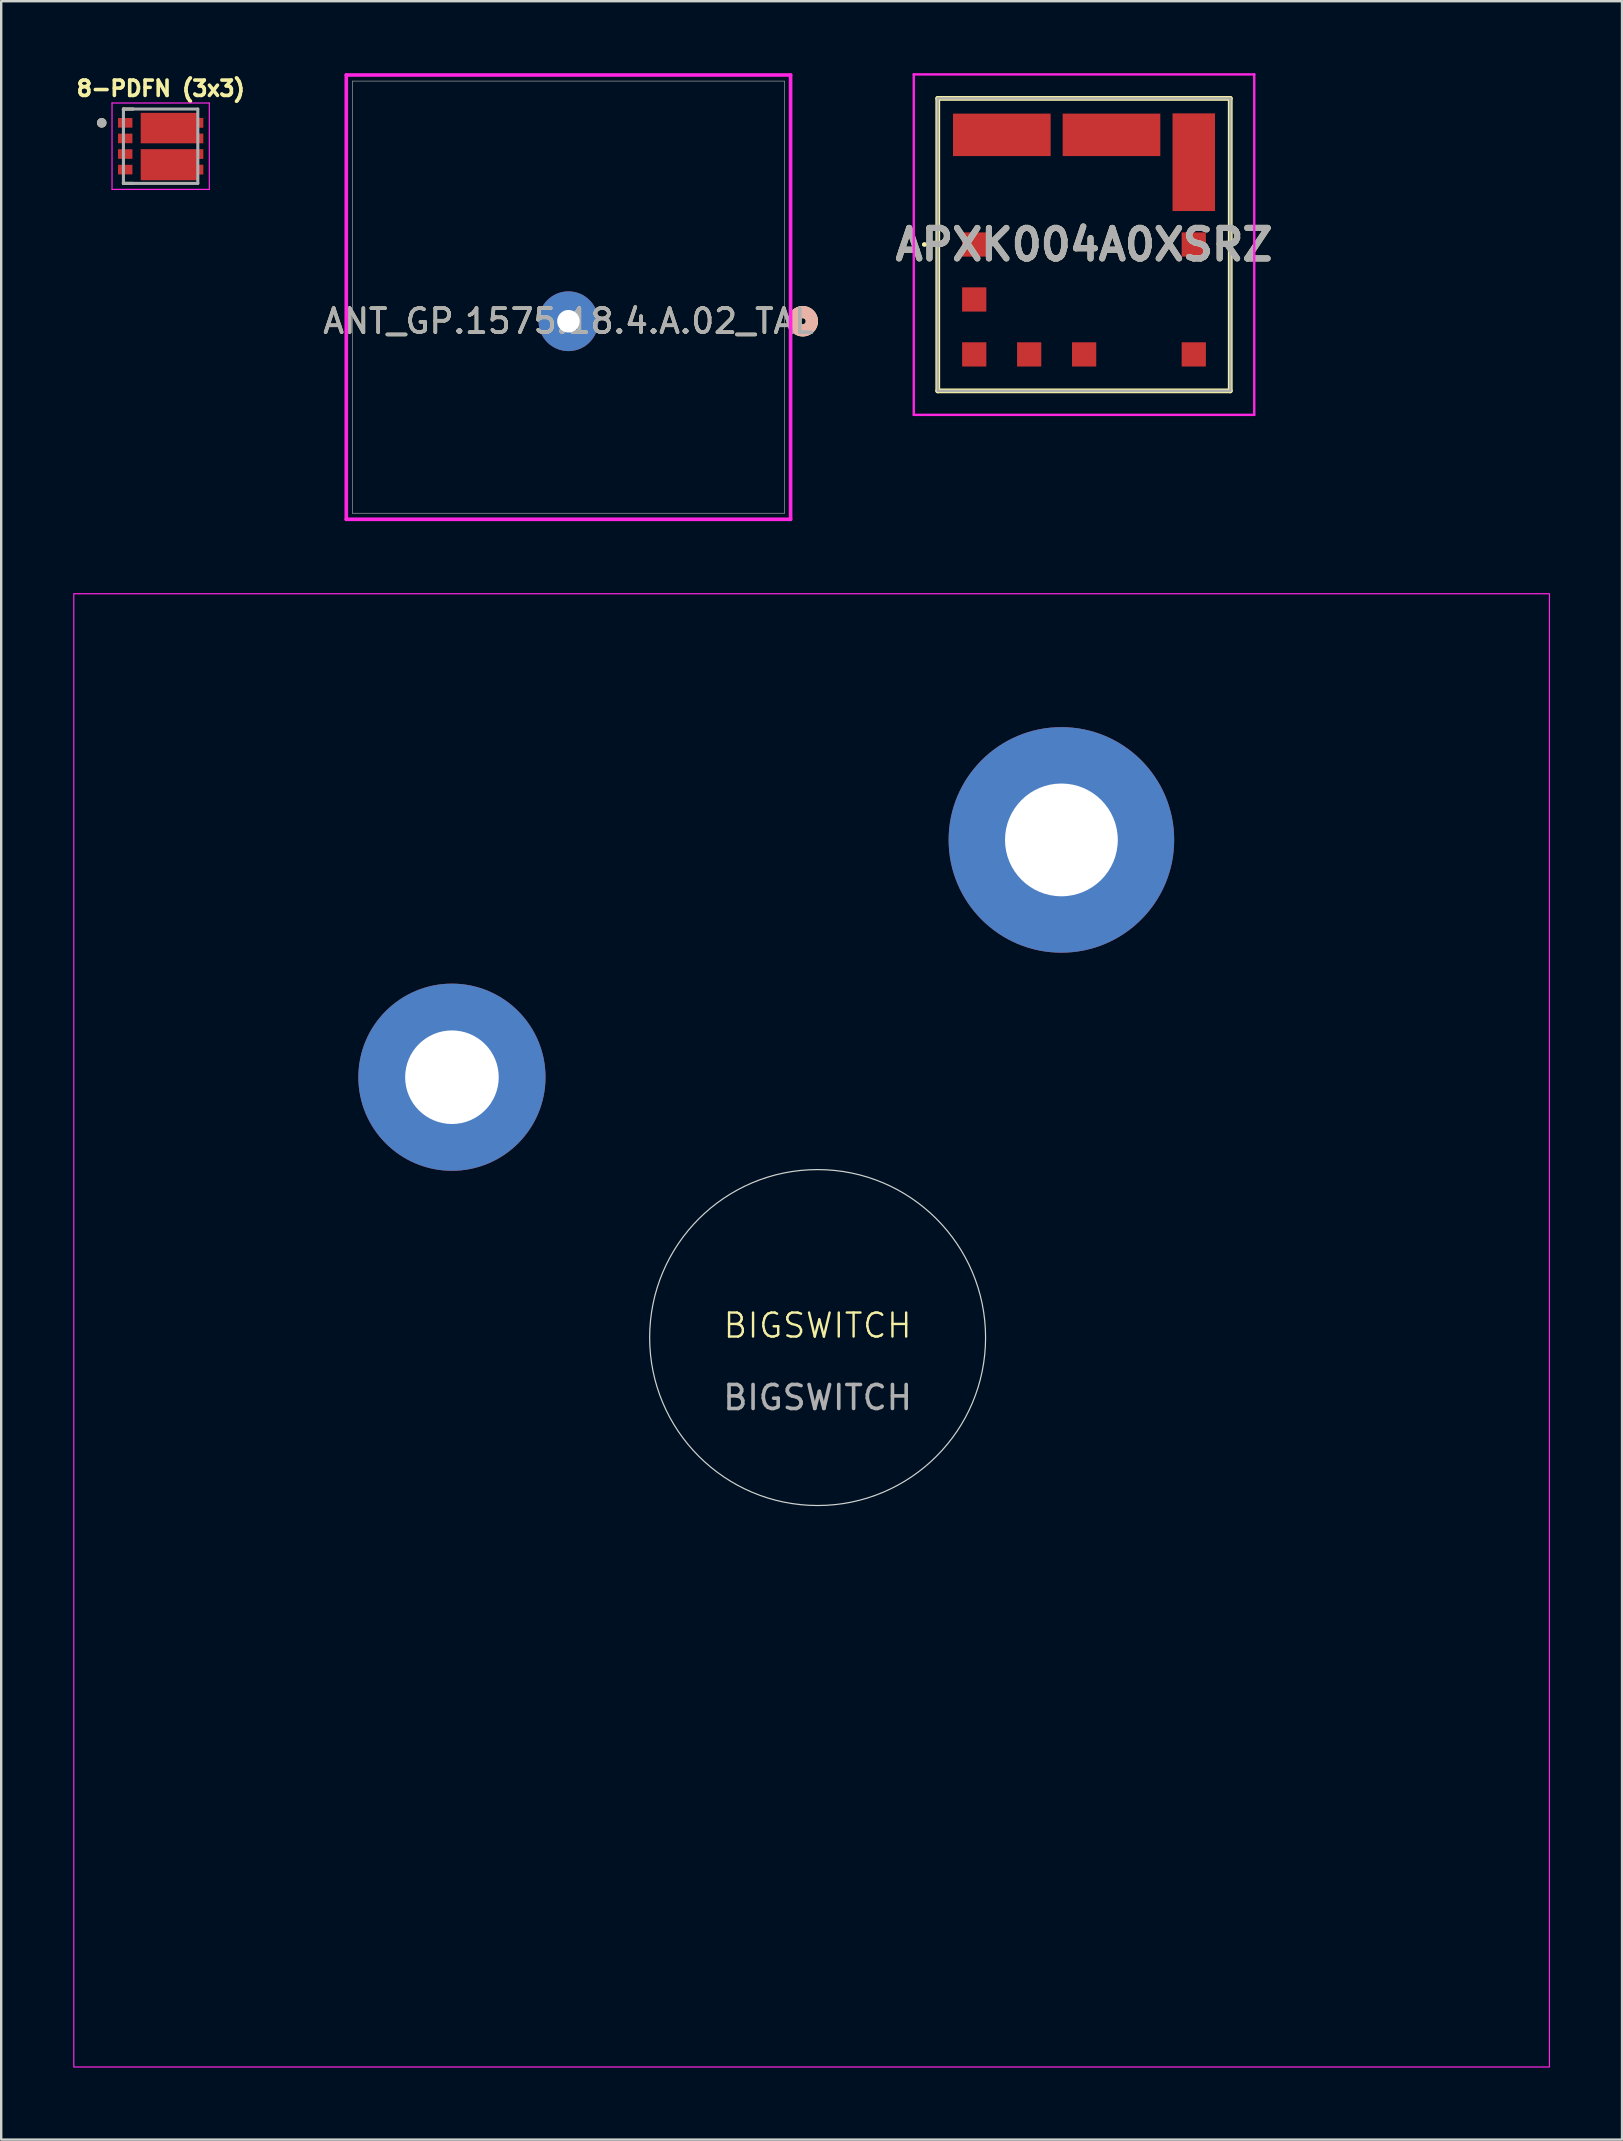
<source format=kicad_pcb>
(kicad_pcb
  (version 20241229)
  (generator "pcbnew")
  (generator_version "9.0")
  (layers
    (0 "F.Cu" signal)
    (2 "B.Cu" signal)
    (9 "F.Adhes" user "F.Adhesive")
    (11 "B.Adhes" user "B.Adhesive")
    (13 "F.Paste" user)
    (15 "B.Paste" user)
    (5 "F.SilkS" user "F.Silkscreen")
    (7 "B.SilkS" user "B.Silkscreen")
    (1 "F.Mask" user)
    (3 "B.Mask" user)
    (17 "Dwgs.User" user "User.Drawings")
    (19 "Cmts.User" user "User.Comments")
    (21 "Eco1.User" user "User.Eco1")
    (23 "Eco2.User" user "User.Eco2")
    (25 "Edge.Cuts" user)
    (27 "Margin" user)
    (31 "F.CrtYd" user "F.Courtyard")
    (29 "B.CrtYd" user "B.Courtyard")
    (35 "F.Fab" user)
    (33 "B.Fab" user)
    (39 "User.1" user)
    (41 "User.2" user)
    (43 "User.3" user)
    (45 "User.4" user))
  (footprint "ANT_GP.1575.18.4.A.02_TAL"
    (layer "F.Cu")
    (at 20.64 10.338)
    (property "Reference" "ANT_GP.1575.18.4.A.02_TAL" (at 0 0 0) (unlocked yes) (layer "F.SilkS") (effects (font (size 1 1) (thickness 0.15))))
    (fp_arc (start 9.51484 -0.286232) (mid 9.92339 -0.347107) (end 10.1473 0) (stroke (width 0.508) (type solid)) (layer "F.SilkS"))
    (fp_arc (start 10.1473 0.000001) (mid 9.92339 0.347108) (end 9.51484 0.286232) (stroke (width 0.508) (type solid)) (layer "F.SilkS"))
    (fp_circle (center 9.766 0) (end 10.147 0) (stroke (width 0.508) (type solid)) (fill no) (layer "B.SilkS"))
    (fp_line (start -9.258 -10.262) (end -9.258 8.255) (stroke (width 0.152) (type solid)) (layer "F.CrtYd"))
    (fp_line (start -9.258 8.255) (end 9.258 8.255) (stroke (width 0.152) (type solid)) (layer "F.CrtYd"))
    (fp_line (start 9.258 -10.262) (end -9.258 -10.262) (stroke (width 0.152) (type solid)) (layer "F.CrtYd"))
    (fp_line (start 9.258 8.255) (end 9.258 -10.262) (stroke (width 0.152) (type solid)) (layer "F.CrtYd"))
    (fp_line (start -9.004 -10.008) (end -9.004 8.001) (stroke (width 0.025) (type solid)) (layer "F.Fab"))
    (fp_line (start -9.004 8.001) (end 9.004 8.001) (stroke (width 0.025) (type solid)) (layer "F.Fab"))
    (fp_line (start 9.004 -10.008) (end -9.004 -10.008) (stroke (width 0.025) (type solid)) (layer "F.Fab"))
    (fp_line (start 9.004 8.001) (end 9.004 -10.008) (stroke (width 0.025) (type solid)) (layer "F.Fab"))
    (fp_text user "${REFERENCE}" (at 0 0 0) (unlocked yes) (layer "F.Fab") (effects (font (size 1 1) (thickness 0.15))))
    (pad "1" thru_hole circle (at 0 0) (size 2.489 2.489) (drill 0.94) (layers "*.Cu" "*.Mask")))
  (footprint "BIGSWITCH"
    (layer "F.Cu")
    (at 31.025 52.694)
    (property "Reference" "BIGSWITCH" (at 0 -0.5 0) (unlocked yes) (layer "F.SilkS") (effects (font (size 1 1) (thickness 0.1))))
    (attr through_hole)
    (fp_circle (center 0 0) (end 7 0) (stroke (width 0.05) (type default)) (fill no) (layer "Edge.Cuts"))
    (fp_rect (start -31 -31) (end 30.5 30.4) (stroke (width 0.05) (type default)) (fill no) (layer "F.CrtYd"))
    (fp_text user "${REFERENCE}" (at 0 2.5 0) (unlocked yes) (layer "F.Fab") (effects (font (size 1 1) (thickness 0.15))))
    (pad "1" thru_hole circle (at -15.24 -10.85) (size 7.8 7.8) (drill 3.9) (layers "*.Cu" "*.Mask"))
    (pad "2" thru_hole circle (at 10.16 -20.74) (size 9.4 9.4) (drill 4.7) (layers "*.Cu" "*.Mask")))
  (footprint "APXK004A0XSRZ"
    (layer "F.Cu")
    (at 42.127 7.145)
    (property "Reference" "APXK004A0XSRZ" (at 0 0 0) (layer "F.SilkS") (effects (font (size 1.27 1.27) (thickness 0.254))))
    (attr smd)
    (fp_line (start -6.7 -0.005) (end -6.7 -0.005) (stroke (width 0.1) (type solid)) (layer "F.SilkS"))
    (fp_line (start -6.6 -0.005) (end -6.6 -0.005) (stroke (width 0.1) (type solid)) (layer "F.SilkS"))
    (fp_line (start -6.095 -6.095) (end 6.095 -6.095) (stroke (width 0.2) (type solid)) (layer "F.SilkS"))
    (fp_line (start -6.095 6.095) (end -6.095 -6.095) (stroke (width 0.2) (type solid)) (layer "F.SilkS"))
    (fp_line (start 6.095 -6.095) (end 6.095 6.095) (stroke (width 0.2) (type solid)) (layer "F.SilkS"))
    (fp_line (start 6.095 6.095) (end -6.095 6.095) (stroke (width 0.2) (type solid)) (layer "F.SilkS"))
    (fp_arc (start -6.7 -0.005) (mid -6.65 -0.055) (end -6.6 -0.005) (stroke (width 0.1) (type solid)) (layer "F.SilkS"))
    (fp_arc (start -6.6 -0.005) (mid -6.65 0.045) (end -6.7 -0.005) (stroke (width 0.1) (type solid)) (layer "F.SilkS"))
    (fp_line (start -7.095 -7.095) (end 7.095 -7.095) (stroke (width 0.1) (type solid)) (layer "F.CrtYd"))
    (fp_line (start -7.095 7.095) (end -7.095 -7.095) (stroke (width 0.1) (type solid)) (layer "F.CrtYd"))
    (fp_line (start 7.095 -7.095) (end 7.095 7.095) (stroke (width 0.1) (type solid)) (layer "F.CrtYd"))
    (fp_line (start 7.095 7.095) (end -7.095 7.095) (stroke (width 0.1) (type solid)) (layer "F.CrtYd"))
    (fp_line (start -6.095 -6.095) (end 6.095 -6.095) (stroke (width 0.1) (type solid)) (layer "F.Fab"))
    (fp_line (start -6.095 6.095) (end -6.095 -6.095) (stroke (width 0.1) (type solid)) (layer "F.Fab"))
    (fp_line (start 6.095 -6.095) (end 6.095 6.095) (stroke (width 0.1) (type solid)) (layer "F.Fab"))
    (fp_line (start 6.095 6.095) (end -6.095 6.095) (stroke (width 0.1) (type solid)) (layer "F.Fab"))
    (fp_text user "${REFERENCE}" (at 0 0 0) (layer "F.Fab") (effects (font (size 1.27 1.27) (thickness 0.254))))
    (pad "1" smd rect (at -4.575 -0.005 90) (size 1.01 1.01) (layers "F.Cu" "F.Mask" "F.Paste"))
    (pad "2" smd rect (at -3.425 -4.575 90) (size 1.77 4.07) (layers "F.Cu" "F.Mask" "F.Paste"))
    (pad "3" smd rect (at 1.145 -4.575 90) (size 1.77 4.07) (layers "F.Cu" "F.Mask" "F.Paste"))
    (pad "4" smd rect (at 4.575 -3.435) (size 1.77 4.07) (layers "F.Cu" "F.Mask" "F.Paste"))
    (pad "5" smd rect (at 4.575 -0.005 90) (size 1.01 1.01) (layers "F.Cu" "F.Mask" "F.Paste"))
    (pad "6" smd rect (at 4.575 4.575 90) (size 1.01 1.01) (layers "F.Cu" "F.Mask" "F.Paste"))
    (pad "7" smd rect (at 0.005 4.575 90) (size 1.01 1.01) (layers "F.Cu" "F.Mask" "F.Paste"))
    (pad "8" smd rect (at -2.285 4.575 90) (size 1.01 1.01) (layers "F.Cu" "F.Mask" "F.Paste"))
    (pad "9" smd rect (at -4.575 4.575 90) (size 1.01 1.01) (layers "F.Cu" "F.Mask" "F.Paste"))
    (pad "10" smd rect (at -4.575 2.285 90) (size 1.01 1.01) (layers "F.Cu" "F.Mask" "F.Paste")))
  (footprint "8-PDFN (3x3)"
    (layer "F.Cu")
    (at 3.644 3.044)
    (property "Reference" "8-PDFN (3x3)" (at 0.007 -2.406 0) (layer "F.SilkS") (effects (font (size 0.64 0.64) (thickness 0.15))))
    (attr smd)
    (fp_poly (pts (xy -0.925 -1.485) (xy -0.925 -0.025) (xy 1.875 -0.025) (xy 1.875 -0.625) (xy 1.625 -0.625) (xy 1.625 -0.675) (xy 1.875 -0.675) (xy 1.875 -1.275) (xy 1.625 -1.275) (xy 1.625 -1.485)) (stroke (width 0.01) (type solid)) (fill yes) (layer "F.Mask"))
    (fp_poly (pts (xy -0.925 0.025) (xy -0.925 1.515) (xy 1.625 1.515) (xy 1.625 1.275) (xy 1.875 1.275) (xy 1.875 0.675) (xy 1.625 0.675) (xy 1.625 0.625) (xy 1.875 0.625) (xy 1.875 0.025)) (stroke (width 0.01) (type solid)) (fill yes) (layer "F.Mask"))
    (fp_line (start -1.55 -1.55) (end -1.55 -1.495) (stroke (width 0.127) (type solid)) (layer "F.SilkS"))
    (fp_line (start -1.55 1.55) (end -1.55 1.495) (stroke (width 0.127) (type solid)) (layer "F.SilkS"))
    (fp_line (start -1.55 1.55) (end -1.145 1.55) (stroke (width 0.127) (type solid)) (layer "F.SilkS"))
    (fp_line (start -1.145 -1.55) (end -1.55 -1.55) (stroke (width 0.127) (type solid)) (layer "F.SilkS"))
    (fp_circle (center -2.455 -0.975) (end -2.355 -0.975) (stroke (width 0.2) (type solid)) (fill no) (layer "F.SilkS"))
    (fp_poly (pts (xy -0.63 -1.09) (xy 0.25 -1.09) (xy 0.25 -0.42) (xy -0.63 -0.42)) (stroke (width 0.01) (type solid)) (fill yes) (layer "F.Paste"))
    (fp_poly (pts (xy -0.63 0.425) (xy 0.25 0.425) (xy 0.25 1.115) (xy -0.63 1.115)) (stroke (width 0.01) (type solid)) (fill yes) (layer "F.Paste"))
    (fp_poly (pts (xy 0.45 -1.09) (xy 1.33 -1.09) (xy 1.33 -0.42) (xy 0.45 -0.42)) (stroke (width 0.01) (type solid)) (fill yes) (layer "F.Paste"))
    (fp_poly (pts (xy 0.45 0.425) (xy 1.33 0.425) (xy 1.33 1.115) (xy 0.45 1.115)) (stroke (width 0.01) (type solid)) (fill yes) (layer "F.Paste"))
    (fp_poly (pts (xy 1.53 -1.18) (xy 1.78 -1.18) (xy 1.78 -0.77) (xy 1.53 -0.77)) (stroke (width 0.01) (type solid)) (fill yes) (layer "F.Paste"))
    (fp_poly (pts (xy 1.53 -0.53) (xy 1.78 -0.53) (xy 1.78 -0.12) (xy 1.53 -0.12)) (stroke (width 0.01) (type solid)) (fill yes) (layer "F.Paste"))
    (fp_poly (pts (xy 1.53 0.12) (xy 1.78 0.12) (xy 1.78 0.53) (xy 1.53 0.53)) (stroke (width 0.01) (type solid)) (fill yes) (layer "F.Paste"))
    (fp_poly (pts (xy 1.53 0.77) (xy 1.78 0.77) (xy 1.78 1.18) (xy 1.53 1.18)) (stroke (width 0.01) (type solid)) (fill yes) (layer "F.Paste"))
    (fp_line (start -2.025 -1.8) (end -2.025 1.8) (stroke (width 0.05) (type solid)) (layer "F.CrtYd"))
    (fp_line (start -2.025 1.8) (end 2.03 1.8) (stroke (width 0.05) (type solid)) (layer "F.CrtYd"))
    (fp_line (start 2.03 -1.8) (end -2.025 -1.8) (stroke (width 0.05) (type solid)) (layer "F.CrtYd"))
    (fp_line (start 2.03 1.8) (end 2.03 -1.8) (stroke (width 0.05) (type solid)) (layer "F.CrtYd"))
    (fp_line (start -1.55 -1.55) (end -1.55 1.55) (stroke (width 0.127) (type solid)) (layer "F.Fab"))
    (fp_line (start -1.55 1.55) (end 1.55 1.55) (stroke (width 0.127) (type solid)) (layer "F.Fab"))
    (fp_line (start 1.55 -1.55) (end -1.55 -1.55) (stroke (width 0.127) (type solid)) (layer "F.Fab"))
    (fp_line (start 1.55 1.55) (end 1.55 -1.55) (stroke (width 0.127) (type solid)) (layer "F.Fab"))
    (fp_circle (center -2.455 -0.975) (end -2.355 -0.975) (stroke (width 0.2) (type solid)) (fill no) (layer "F.Fab"))
    (pad "1" smd rect (at -1.475 -0.975) (size 0.6 0.4) (layers "F.Cu" "F.Mask" "F.Paste"))
    (pad "2" smd rect (at -1.475 -0.325) (size 0.6 0.4) (layers "F.Cu" "F.Mask" "F.Paste"))
    (pad "3" smd rect (at -1.475 0.325) (size 0.6 0.4) (layers "F.Cu" "F.Mask" "F.Paste"))
    (pad "4" smd rect (at -1.475 0.975) (size 0.6 0.4) (layers "F.Cu" "F.Mask" "F.Paste"))
    (pad "5_6" smd custom (at 1.475 0.325) (size 0.1 0.1) (layers "F.Cu") (options (anchor rect)) (primitives (gr_poly (pts (xy 0.3 -0.2) (xy -2.3 -0.2) (xy -2.3 1.09) (xy 0.05 1.09) (xy 0.05 0.85) (xy 0.3 0.85) (xy 0.3 0.45) (xy 0.05 0.45) (xy 0.05 0.2) (xy 0.3 0.2)) (width 0.01) (fill yes))))
    (pad "7_8" smd custom (at 1.475 -0.325) (size 0.1 0.1) (layers "F.Cu") (options (anchor rect)) (primitives (gr_poly (pts (xy 0.3 0.2) (xy -2.3 0.2) (xy -2.3 -1.06) (xy 0.05 -1.06) (xy 0.05 -0.85) (xy 0.3 -0.85) (xy 0.3 -0.45) (xy 0.05 -0.45) (xy 0.05 -0.2) (xy 0.3 -0.2)) (width 0.01) (fill yes)))))
  (gr_rect
    (start -3 -3)
    (end 64.55 86.119)
    (stroke (width 0.1) (type default))
    (fill no)
    (layer "Edge.Cuts")))
</source>
